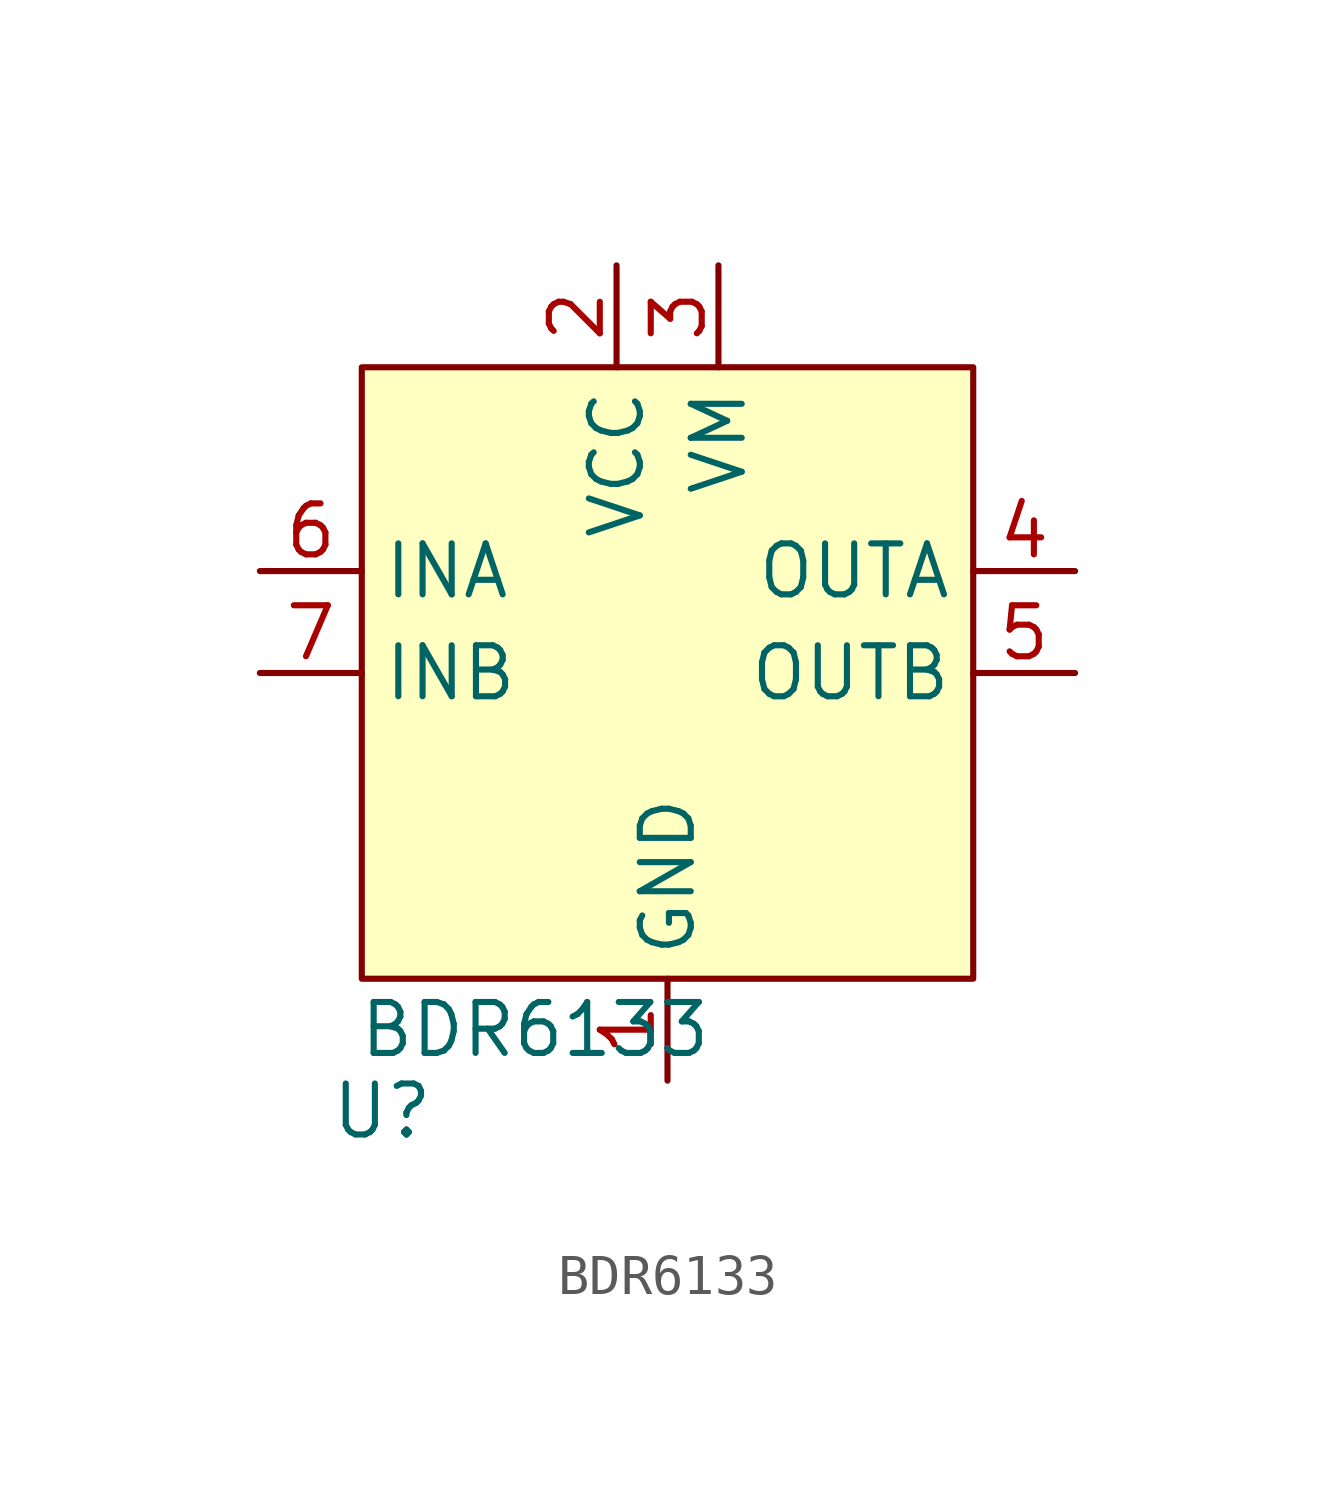
<source format=kicad_sym>
(kicad_symbol_lib
  (version 20231120)
  (generator "kicad_symbol_editor")
  (generator_version "8.0")
  (symbol "BDR6133"
    (property "Reference" "U"
      (at -7.112 -10.922 0)
      (effects (font (size 1.27 1.27))))
    (property "Value" "BDR6133"
      (at -3.302 -8.89 0)
      (effects (font (size 1.27 1.27))))
    (symbol "BDR6133_0_0"
      (pin power_in line (at 0 -10.16 90) (length 2.54) (name "GND" (effects (font (size 1.27 1.27)))) (number "1" (effects (font (size 1.27 1.27)))))
      (pin power_in line (at -1.27 10.16 270) (length 2.54) (name "VCC" (effects (font (size 1.27 1.27)))) (number "2" (effects (font (size 1.27 1.27)))))
      (pin power_in line (at 1.27 10.16 270) (length 2.54) (name "VM" (effects (font (size 1.27 1.27)))) (number "3" (effects (font (size 1.27 1.27)))))
      (pin output line (at 10.16 2.54 180) (length 2.54) (name "OUTA" (effects (font (size 1.27 1.27)))) (number "4" (effects (font (size 1.27 1.27)))))
      (pin output line (at 10.16 0 180) (length 2.54) (name "OUTB" (effects (font (size 1.27 1.27)))) (number "5" (effects (font (size 1.27 1.27)))))
      (pin input line (at -10.16 2.54 0) (length 2.54) (name "INA" (effects (font (size 1.27 1.27)))) (number "6" (effects (font (size 1.27 1.27)))))
      (pin input line (at -10.16 0 0) (length 2.54) (name "INB" (effects (font (size 1.27 1.27)))) (number "7" (effects (font (size 1.27 1.27))))))
    (symbol "BDR6133_1_0"
      (pin no_connect line (at -10.16 -2.54 0) (length 2.54) hide (name "NC" (effects (font (size 1.27 1.27)))) (number "8" (effects (font (size 1.27 1.27)))))
      (pin power_in line (at 0 -10.16 90) (length 2.54) hide (name "PGND" (effects (font (size 1.27 1.27)))) (number "9" (effects (font (size 1.27 1.27))))))
    (symbol "BDR6133_1_1"
      (rectangle (start -7.62 7.62) (end 7.62 -7.62) (stroke (width 0) (type default)) (fill (type background))))))
</source>
